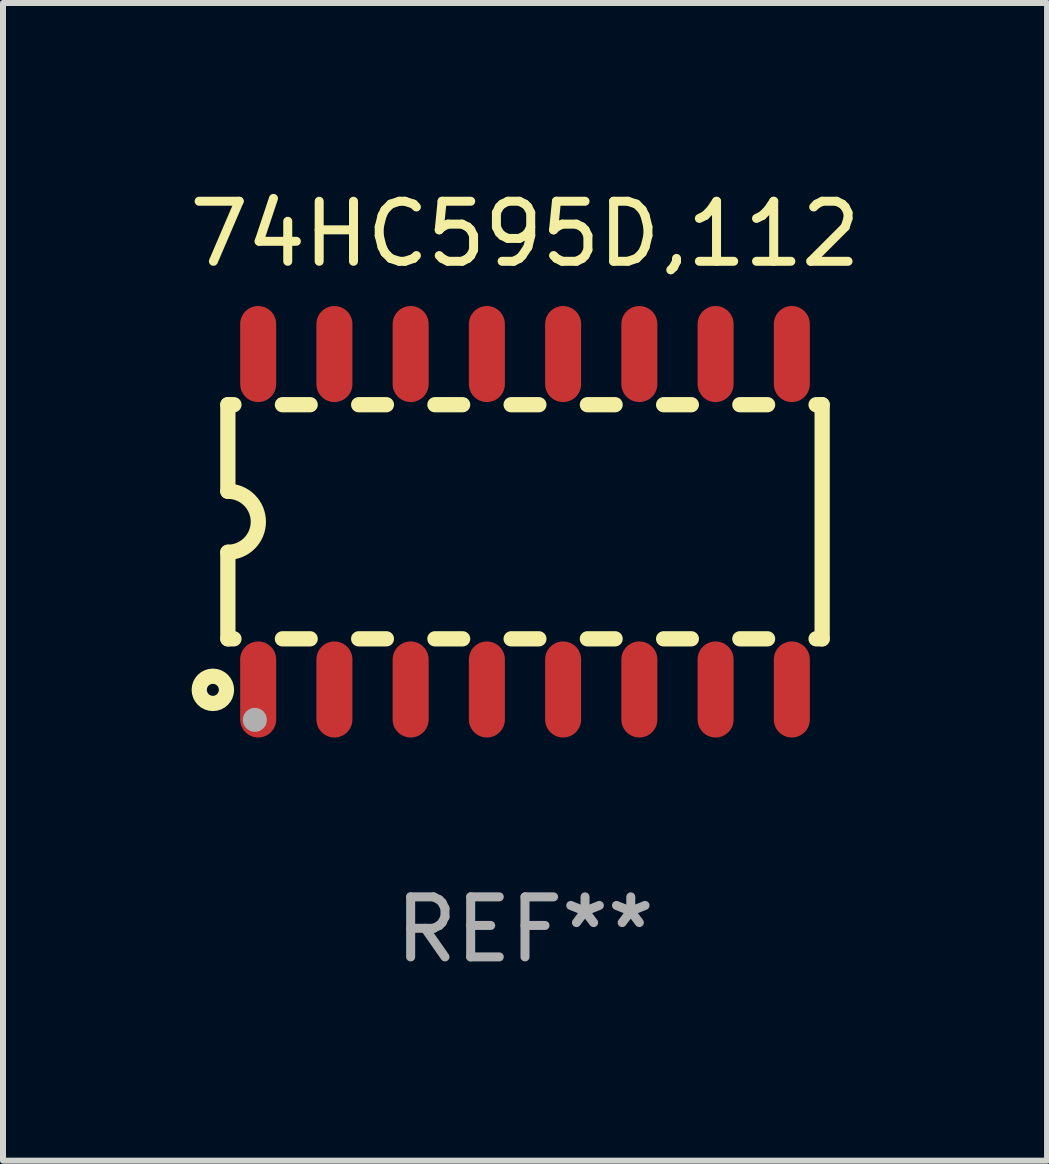
<source format=kicad_pcb>
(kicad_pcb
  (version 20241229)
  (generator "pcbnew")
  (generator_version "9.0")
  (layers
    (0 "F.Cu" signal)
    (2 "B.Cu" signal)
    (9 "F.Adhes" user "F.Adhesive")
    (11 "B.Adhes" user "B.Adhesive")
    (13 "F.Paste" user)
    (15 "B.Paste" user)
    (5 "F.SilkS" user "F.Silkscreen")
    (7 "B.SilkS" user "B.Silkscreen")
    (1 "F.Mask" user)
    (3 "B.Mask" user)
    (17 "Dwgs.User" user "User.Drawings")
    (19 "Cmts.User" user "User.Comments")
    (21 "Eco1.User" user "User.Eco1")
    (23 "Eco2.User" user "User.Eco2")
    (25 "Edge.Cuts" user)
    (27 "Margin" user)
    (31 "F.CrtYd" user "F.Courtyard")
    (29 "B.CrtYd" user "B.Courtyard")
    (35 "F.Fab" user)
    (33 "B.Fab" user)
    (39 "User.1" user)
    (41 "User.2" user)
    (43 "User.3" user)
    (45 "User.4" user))
  (footprint "74HC595D,112"
    (layer "F.Cu")
    (at 5.696 5.642)
    (property "Reference" "74HC595D,112" (at 0 -4.794 0) (layer "F.SilkS") (effects (font (size 1 1) (thickness 0.15))))
    (attr through_hole)
    (fp_line (start -4.95 -1.95) (end -4.95 -0.508) (stroke (width 0.254) (type solid)) (layer "F.SilkS"))
    (fp_line (start -4.95 -1.95) (end -4.849 -1.95) (stroke (width 0.254) (type solid)) (layer "F.SilkS"))
    (fp_line (start -4.95 1.95) (end -4.95 0.508) (stroke (width 0.254) (type solid)) (layer "F.SilkS"))
    (fp_line (start -4.95 1.95) (end -4.849 1.95) (stroke (width 0.254) (type solid)) (layer "F.SilkS"))
    (fp_line (start -4.041 -1.95) (end -3.579 -1.95) (stroke (width 0.254) (type solid)) (layer "F.SilkS"))
    (fp_line (start -4.041 1.95) (end -3.579 1.95) (stroke (width 0.254) (type solid)) (layer "F.SilkS"))
    (fp_line (start -2.771 -1.95) (end -2.309 -1.95) (stroke (width 0.254) (type solid)) (layer "F.SilkS"))
    (fp_line (start -2.771 1.95) (end -2.309 1.95) (stroke (width 0.254) (type solid)) (layer "F.SilkS"))
    (fp_line (start -1.501 -1.95) (end -1.039 -1.95) (stroke (width 0.254) (type solid)) (layer "F.SilkS"))
    (fp_line (start -1.501 1.95) (end -1.039 1.95) (stroke (width 0.254) (type solid)) (layer "F.SilkS"))
    (fp_line (start -0.231 -1.95) (end 0.231 -1.95) (stroke (width 0.254) (type solid)) (layer "F.SilkS"))
    (fp_line (start -0.231 1.95) (end 0.231 1.95) (stroke (width 0.254) (type solid)) (layer "F.SilkS"))
    (fp_line (start 1.039 -1.95) (end 1.501 -1.95) (stroke (width 0.254) (type solid)) (layer "F.SilkS"))
    (fp_line (start 1.039 1.95) (end 1.501 1.95) (stroke (width 0.254) (type solid)) (layer "F.SilkS"))
    (fp_line (start 2.309 -1.95) (end 2.771 -1.95) (stroke (width 0.254) (type solid)) (layer "F.SilkS"))
    (fp_line (start 2.309 1.95) (end 2.771 1.95) (stroke (width 0.254) (type solid)) (layer "F.SilkS"))
    (fp_line (start 3.579 -1.95) (end 4.041 -1.95) (stroke (width 0.254) (type solid)) (layer "F.SilkS"))
    (fp_line (start 3.579 1.95) (end 4.041 1.95) (stroke (width 0.254) (type solid)) (layer "F.SilkS"))
    (fp_line (start 4.849 -1.95) (end 4.95 -1.95) (stroke (width 0.254) (type solid)) (layer "F.SilkS"))
    (fp_line (start 4.849 1.95) (end 4.95 1.95) (stroke (width 0.254) (type solid)) (layer "F.SilkS"))
    (fp_line (start 4.95 -1.95) (end 4.95 1.95) (stroke (width 0.254) (type solid)) (layer "F.SilkS"))
    (fp_arc (start -4.95047 -0.508001) (mid -4.442469 -0.000228) (end -4.950013 0.508001) (stroke (width 0.254001) (type solid)) (layer "F.SilkS"))
    (fp_circle (center -5.2 2.8) (end -5.1 2.8) (stroke (width 0.254) (type solid)) (fill no) (layer "F.SilkS"))
    (fp_circle (center -4.95 2.947) (end -4.92 2.947) (stroke (width 0.06) (type solid)) (fill no) (layer "F.SilkS"))
    (fp_circle (center -4.5 3.3) (end -4.4 3.3) (stroke (width 0.2) (type solid)) (fill no) (layer "F.Fab"))
    (fp_text user "REF**" (at 0 6.794 0) (layer "F.Fab") (effects (font (size 1 1) (thickness 0.15))))
    (pad "1" smd oval (at -4.445 2.794) (size 0.6 1.6) (layers "F.Cu" "F.Mask" "F.Paste"))
    (pad "2" smd oval (at -3.175 2.794) (size 0.6 1.6) (layers "F.Cu" "F.Mask" "F.Paste"))
    (pad "3" smd oval (at -1.905 2.794) (size 0.6 1.6) (layers "F.Cu" "F.Mask" "F.Paste"))
    (pad "4" smd oval (at -0.635 2.794) (size 0.6 1.6) (layers "F.Cu" "F.Mask" "F.Paste"))
    (pad "5" smd oval (at 0.635 2.794) (size 0.6 1.6) (layers "F.Cu" "F.Mask" "F.Paste"))
    (pad "6" smd oval (at 1.905 2.794) (size 0.6 1.6) (layers "F.Cu" "F.Mask" "F.Paste"))
    (pad "7" smd oval (at 3.175 2.794) (size 0.6 1.6) (layers "F.Cu" "F.Mask" "F.Paste"))
    (pad "8" smd oval (at 4.445 2.794) (size 0.6 1.6) (layers "F.Cu" "F.Mask" "F.Paste"))
    (pad "9" smd oval (at 4.445 -2.794) (size 0.6 1.6) (layers "F.Cu" "F.Mask" "F.Paste"))
    (pad "10" smd oval (at 3.175 -2.794) (size 0.6 1.6) (layers "F.Cu" "F.Mask" "F.Paste"))
    (pad "11" smd oval (at 1.905 -2.794) (size 0.6 1.6) (layers "F.Cu" "F.Mask" "F.Paste"))
    (pad "12" smd oval (at 0.635 -2.794) (size 0.6 1.6) (layers "F.Cu" "F.Mask" "F.Paste"))
    (pad "13" smd oval (at -0.635 -2.794) (size 0.6 1.6) (layers "F.Cu" "F.Mask" "F.Paste"))
    (pad "14" smd oval (at -1.905 -2.794) (size 0.6 1.6) (layers "F.Cu" "F.Mask" "F.Paste"))
    (pad "15" smd oval (at -3.175 -2.794) (size 0.6 1.6) (layers "F.Cu" "F.Mask" "F.Paste"))
    (pad "16" smd oval (at -4.445 -2.794) (size 0.6 1.6) (layers "F.Cu" "F.Mask" "F.Paste")))
  (gr_rect
    (start -3 -3)
    (end 14.393 16.285)
    (stroke (width 0.1) (type default))
    (fill no)
    (layer "Edge.Cuts")))
</source>
